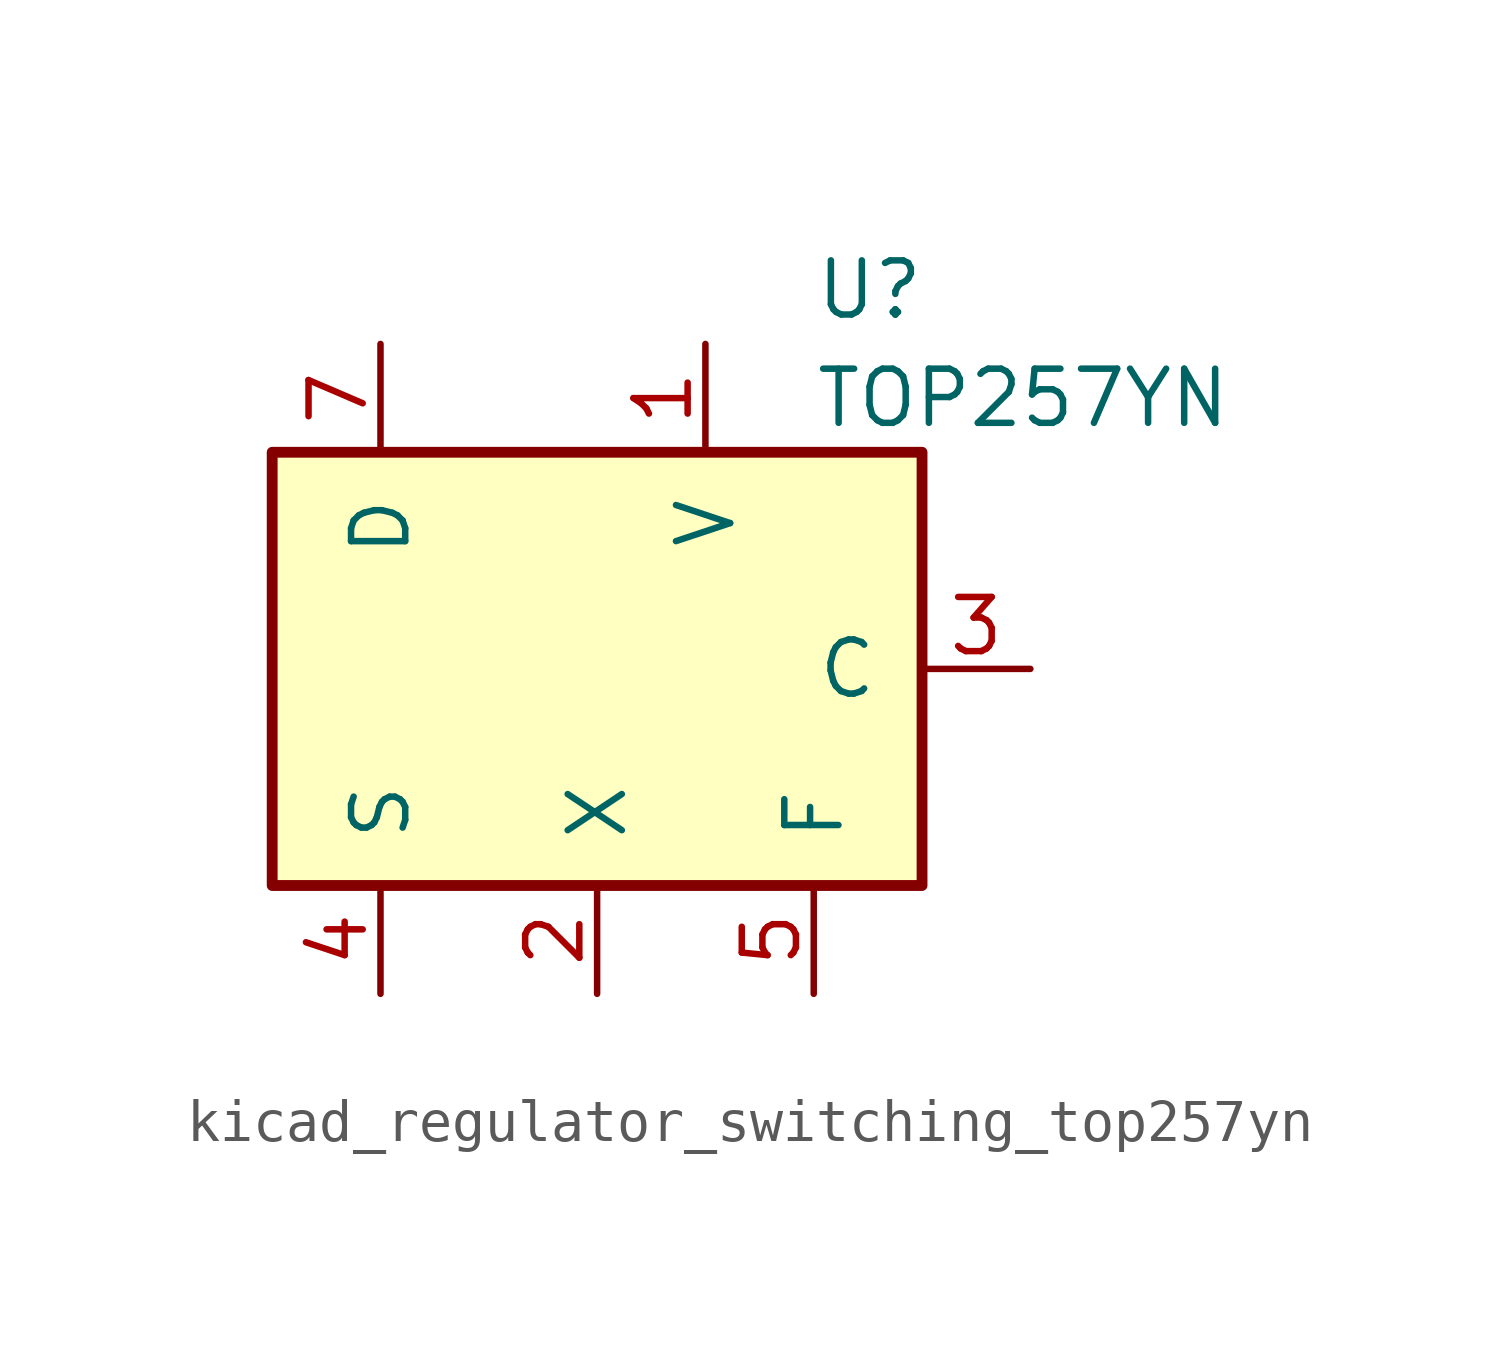
<source format=kicad_sym>
(kicad_symbol_lib
  (version 20220914)
  (generator kicad_symbol_editor)
  (symbol "kicad_regulator_switching_top257yn"
    (pin_names
      (offset 1.016))
    (property "Reference" "U"
      (at 5.08 8.89 0)
      (effects (font (size 1.27 1.27)) (justify left)))
    (property "Value" "TOP257YN"
      (at 5.08 6.35 0)
      (effects (font (size 1.27 1.27)) (justify left)))
    (symbol "kicad_regulator_switching_top257yn_0_1"
      (rectangle (start -7.62 5.08) (end 7.62 -5.08) (stroke (width 0.254) (type default)) (fill (type background))))
    (symbol "kicad_regulator_switching_top257yn_1_1"
      (pin input line (at 2.54 7.62 270) (length 2.54) (name "V" (effects (font (size 1.27 1.27)))) (number "1" (effects (font (size 1.27 1.27)))))
      (pin input line (at 0 -7.62 90) (length 2.54) (name "X" (effects (font (size 1.27 1.27)))) (number "2" (effects (font (size 1.27 1.27)))))
      (pin input line (at 10.16 0 180) (length 2.54) (name "C" (effects (font (size 1.27 1.27)))) (number "3" (effects (font (size 1.27 1.27)))))
      (pin power_in line (at -5.08 -7.62 90) (length 2.54) (name "S" (effects (font (size 1.27 1.27)))) (number "4" (effects (font (size 1.27 1.27)))))
      (pin passive line (at 5.08 -7.62 90) (length 2.54) (name "F" (effects (font (size 1.27 1.27)))) (number "5" (effects (font (size 1.27 1.27)))))
      (pin open_collector line (at -5.08 7.62 270) (length 2.54) (name "D" (effects (font (size 1.27 1.27)))) (number "7" (effects (font (size 1.27 1.27))))))))
</source>
